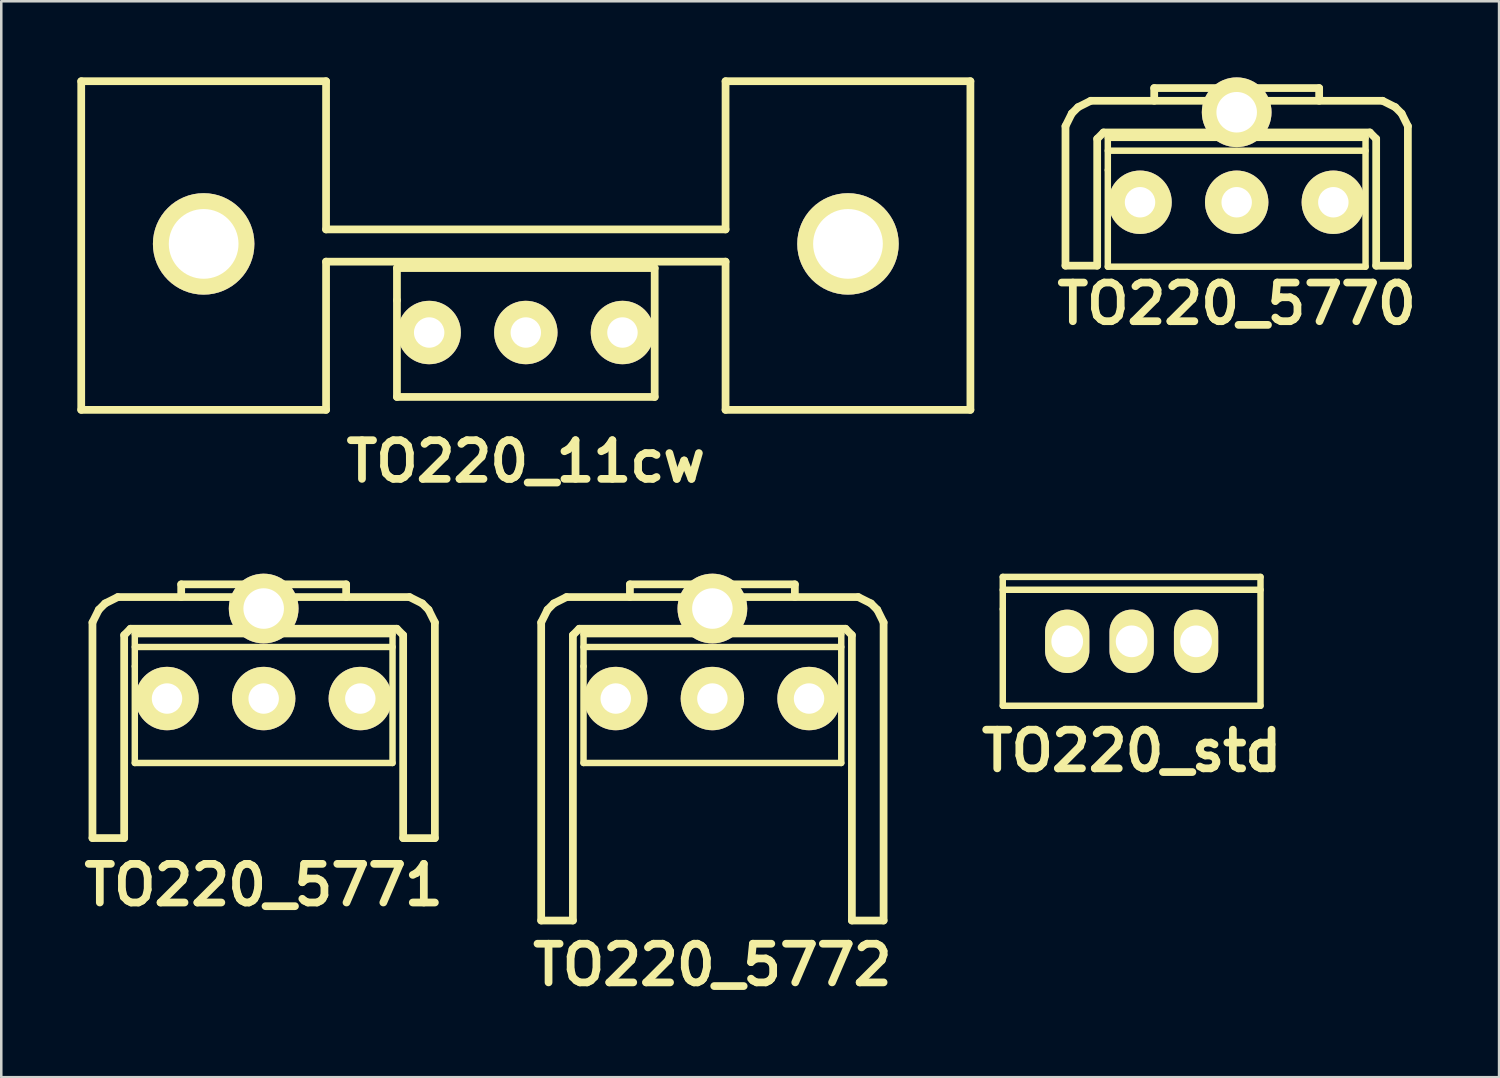
<source format=kicad_pcb>
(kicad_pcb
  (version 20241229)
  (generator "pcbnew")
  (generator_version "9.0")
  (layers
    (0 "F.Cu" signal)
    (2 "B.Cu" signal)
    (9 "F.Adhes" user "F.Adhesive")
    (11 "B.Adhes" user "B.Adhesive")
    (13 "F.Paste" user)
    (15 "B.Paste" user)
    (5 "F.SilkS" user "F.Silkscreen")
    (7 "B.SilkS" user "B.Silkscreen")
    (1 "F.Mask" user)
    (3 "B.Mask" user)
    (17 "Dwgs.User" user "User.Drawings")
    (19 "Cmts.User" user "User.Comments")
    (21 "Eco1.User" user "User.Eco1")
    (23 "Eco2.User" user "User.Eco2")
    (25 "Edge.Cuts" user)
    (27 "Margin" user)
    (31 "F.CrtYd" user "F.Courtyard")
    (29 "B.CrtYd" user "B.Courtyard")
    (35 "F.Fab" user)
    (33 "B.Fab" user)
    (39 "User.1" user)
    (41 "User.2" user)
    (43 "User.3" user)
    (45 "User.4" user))
  (footprint "TO220_5771"
    (layer "F.Cu")
    (at 7.344 24.487)
    (property "Reference" "TO220_5771" (at 0 7.351 0) (layer "F.SilkS") (effects (font (size 1.524 1.524) (thickness 0.305))))
    (attr through_hole)
    (fp_line (start -6.749 -3) (end -6.5 -3.5) (stroke (width 0.305) (type solid)) (layer "F.SilkS"))
    (fp_line (start -6.749 5.499) (end -6.749 -3) (stroke (width 0.305) (type solid)) (layer "F.SilkS"))
    (fp_line (start -6.5 -3.5) (end -6.251 -3.749) (stroke (width 0.305) (type solid)) (layer "F.SilkS"))
    (fp_line (start -6.251 -3.749) (end -5.751 -4) (stroke (width 0.305) (type solid)) (layer "F.SilkS"))
    (fp_line (start -5.499 -2.499) (end -5.499 5.499) (stroke (width 0.305) (type solid)) (layer "F.SilkS"))
    (fp_line (start -5.499 -2.499) (end -5.25 -2.751) (stroke (width 0.305) (type solid)) (layer "F.SilkS"))
    (fp_line (start -5.499 5.499) (end -6.749 5.499) (stroke (width 0.305) (type solid)) (layer "F.SilkS"))
    (fp_line (start -5.25 -2.751) (end 5.25 -2.751) (stroke (width 0.305) (type solid)) (layer "F.SilkS"))
    (fp_line (start -5.08 -2.54) (end -5.08 -1.27) (stroke (width 0.254) (type solid)) (layer "F.SilkS"))
    (fp_line (start -5.08 -2.032) (end 5.08 -2.032) (stroke (width 0.254) (type solid)) (layer "F.SilkS"))
    (fp_line (start -5.08 -1.27) (end -5.08 2.54) (stroke (width 0.254) (type solid)) (layer "F.SilkS"))
    (fp_line (start -5.08 2.54) (end 5.08 2.54) (stroke (width 0.254) (type solid)) (layer "F.SilkS"))
    (fp_line (start -3.251 -4.501) (end 3.251 -4.501) (stroke (width 0.305) (type solid)) (layer "F.SilkS"))
    (fp_line (start -3.251 -4) (end -3.251 -4.501) (stroke (width 0.305) (type solid)) (layer "F.SilkS"))
    (fp_line (start 3.251 -4.501) (end 3.251 -4) (stroke (width 0.305) (type solid)) (layer "F.SilkS"))
    (fp_line (start 5.08 -2.54) (end -5.08 -2.54) (stroke (width 0.254) (type solid)) (layer "F.SilkS"))
    (fp_line (start 5.08 2.54) (end 5.08 -2.54) (stroke (width 0.254) (type solid)) (layer "F.SilkS"))
    (fp_line (start 5.25 -2.751) (end 5.499 -2.499) (stroke (width 0.305) (type solid)) (layer "F.SilkS"))
    (fp_line (start 5.499 5.499) (end 5.499 -2.499) (stroke (width 0.305) (type solid)) (layer "F.SilkS"))
    (fp_line (start 5.751 -4) (end -5.751 -4) (stroke (width 0.305) (type solid)) (layer "F.SilkS"))
    (fp_line (start 5.751 -4) (end 6.251 -3.749) (stroke (width 0.305) (type solid)) (layer "F.SilkS"))
    (fp_line (start 6.251 -3.749) (end 6.5 -3.5) (stroke (width 0.305) (type solid)) (layer "F.SilkS"))
    (fp_line (start 6.5 -3.5) (end 6.749 -3) (stroke (width 0.305) (type solid)) (layer "F.SilkS"))
    (fp_line (start 6.749 5.499) (end 6.749 -3) (stroke (width 0.305) (type solid)) (layer "F.SilkS"))
    (fp_line (start 6.749 5.502) (end 5.499 5.502) (stroke (width 0.305) (type solid)) (layer "F.SilkS"))
    (pad "" thru_hole circle (at 0 -3.548) (size 2.748 2.748) (drill 1.598) (layers "*.Cu" "*.Mask" "F.SilkS"))
    (pad "1" thru_hole circle (at -3.81 0) (size 2.499 2.499) (drill 1.199) (layers "*.Cu" "*.Mask" "F.SilkS"))
    (pad "2" thru_hole circle (at 0 0) (size 2.499 2.499) (drill 1.199) (layers "*.Cu" "*.Mask" "F.SilkS"))
    (pad "3" thru_hole circle (at 3.81 0) (size 2.499 2.499) (drill 1.199) (layers "*.Cu" "*.Mask" "F.SilkS")))
  (footprint "TO220_11cw"
    (layer "F.Cu")
    (at 17.678 10.058)
    (property "Reference" "TO220_11cw" (at 0 5.08 0) (layer "F.SilkS") (effects (font (size 1.524 1.524) (thickness 0.305))))
    (attr through_hole)
    (fp_line (start -17.526 -9.906) (end -17.526 3.048) (stroke (width 0.305) (type solid)) (layer "F.SilkS"))
    (fp_line (start -17.526 3.048) (end -7.874 3.048) (stroke (width 0.305) (type solid)) (layer "F.SilkS"))
    (fp_line (start -7.874 -9.906) (end -17.526 -9.906) (stroke (width 0.305) (type solid)) (layer "F.SilkS"))
    (fp_line (start -7.874 -9.906) (end -7.874 -4.064) (stroke (width 0.305) (type solid)) (layer "F.SilkS"))
    (fp_line (start -7.874 -2.794) (end -7.874 3.048) (stroke (width 0.305) (type solid)) (layer "F.SilkS"))
    (fp_line (start -7.874 -2.794) (end 7.874 -2.794) (stroke (width 0.305) (type solid)) (layer "F.SilkS"))
    (fp_line (start -5.08 -2.54) (end -5.08 -1.27) (stroke (width 0.305) (type solid)) (layer "F.SilkS"))
    (fp_line (start -5.08 -1.27) (end -5.08 2.54) (stroke (width 0.305) (type solid)) (layer "F.SilkS"))
    (fp_line (start -5.08 2.54) (end 5.08 2.54) (stroke (width 0.305) (type solid)) (layer "F.SilkS"))
    (fp_line (start 5.08 -2.54) (end -5.08 -2.54) (stroke (width 0.305) (type solid)) (layer "F.SilkS"))
    (fp_line (start 5.08 2.54) (end 5.08 -2.54) (stroke (width 0.305) (type solid)) (layer "F.SilkS"))
    (fp_line (start 7.874 -9.906) (end 7.874 -4.064) (stroke (width 0.305) (type solid)) (layer "F.SilkS"))
    (fp_line (start 7.874 -4.064) (end -7.874 -4.064) (stroke (width 0.305) (type solid)) (layer "F.SilkS"))
    (fp_line (start 7.874 3.048) (end 7.874 -2.794) (stroke (width 0.305) (type solid)) (layer "F.SilkS"))
    (fp_line (start 7.874 3.048) (end 17.526 3.048) (stroke (width 0.305) (type solid)) (layer "F.SilkS"))
    (fp_line (start 17.526 -9.906) (end 7.874 -9.906) (stroke (width 0.305) (type solid)) (layer "F.SilkS"))
    (fp_line (start 17.526 -9.906) (end 17.526 3.048) (stroke (width 0.305) (type solid)) (layer "F.SilkS"))
    (pad "" thru_hole circle (at -12.7 -3.493) (size 4 4) (drill 2.748) (layers "*.Cu" "*.Mask" "F.SilkS"))
    (pad "" thru_hole circle (at 12.7 -3.493) (size 4 4) (drill 2.748) (layers "*.Cu" "*.Mask" "F.SilkS"))
    (pad "1" thru_hole circle (at -3.81 0) (size 2.499 2.499) (drill 1.199) (layers "*.Cu" "*.Mask" "F.SilkS"))
    (pad "2" thru_hole circle (at 0 0) (size 2.499 2.499) (drill 1.199) (layers "*.Cu" "*.Mask" "F.SilkS"))
    (pad "3" thru_hole circle (at 3.81 0) (size 2.499 2.499) (drill 1.199) (layers "*.Cu" "*.Mask" "F.SilkS")))
  (footprint "TO220_5770"
    (layer "F.Cu")
    (at 45.701 4.923)
    (property "Reference" "TO220_5770" (at 0 4 0) (layer "F.SilkS") (effects (font (size 1.524 1.524) (thickness 0.305))))
    (attr through_hole)
    (fp_line (start -6.749 -3) (end -6.5 -3.5) (stroke (width 0.305) (type solid)) (layer "F.SilkS"))
    (fp_line (start -6.749 2.499) (end -6.749 -3) (stroke (width 0.305) (type solid)) (layer "F.SilkS"))
    (fp_line (start -6.5 -3.5) (end -6.251 -3.749) (stroke (width 0.305) (type solid)) (layer "F.SilkS"))
    (fp_line (start -6.251 -3.749) (end -5.751 -4) (stroke (width 0.305) (type solid)) (layer "F.SilkS"))
    (fp_line (start -5.499 -2.499) (end -5.25 -2.751) (stroke (width 0.305) (type solid)) (layer "F.SilkS"))
    (fp_line (start -5.499 2.499) (end -6.749 2.499) (stroke (width 0.305) (type solid)) (layer "F.SilkS"))
    (fp_line (start -5.499 2.499) (end -5.499 -2.499) (stroke (width 0.305) (type solid)) (layer "F.SilkS"))
    (fp_line (start -5.25 -2.751) (end 5.25 -2.751) (stroke (width 0.305) (type solid)) (layer "F.SilkS"))
    (fp_line (start -5.08 -2.54) (end -5.08 -1.27) (stroke (width 0.254) (type solid)) (layer "F.SilkS"))
    (fp_line (start -5.08 -2.032) (end 5.08 -2.032) (stroke (width 0.254) (type solid)) (layer "F.SilkS"))
    (fp_line (start -5.08 -1.27) (end -5.08 2.54) (stroke (width 0.254) (type solid)) (layer "F.SilkS"))
    (fp_line (start -5.08 2.54) (end 5.08 2.54) (stroke (width 0.254) (type solid)) (layer "F.SilkS"))
    (fp_line (start -3.251 -4.501) (end 3.251 -4.501) (stroke (width 0.305) (type solid)) (layer "F.SilkS"))
    (fp_line (start -3.251 -4) (end -3.251 -4.501) (stroke (width 0.305) (type solid)) (layer "F.SilkS"))
    (fp_line (start 3.251 -4.501) (end 3.251 -4) (stroke (width 0.305) (type solid)) (layer "F.SilkS"))
    (fp_line (start 5.08 -2.54) (end -5.08 -2.54) (stroke (width 0.254) (type solid)) (layer "F.SilkS"))
    (fp_line (start 5.08 2.54) (end 5.08 -2.54) (stroke (width 0.254) (type solid)) (layer "F.SilkS"))
    (fp_line (start 5.25 -2.751) (end 5.499 -2.499) (stroke (width 0.305) (type solid)) (layer "F.SilkS"))
    (fp_line (start 5.499 2.499) (end 5.499 -2.499) (stroke (width 0.305) (type solid)) (layer "F.SilkS"))
    (fp_line (start 5.751 -4) (end -5.751 -4) (stroke (width 0.305) (type solid)) (layer "F.SilkS"))
    (fp_line (start 5.751 -4) (end 6.251 -3.749) (stroke (width 0.305) (type solid)) (layer "F.SilkS"))
    (fp_line (start 6.251 -3.749) (end 6.5 -3.5) (stroke (width 0.305) (type solid)) (layer "F.SilkS"))
    (fp_line (start 6.5 -3.5) (end 6.749 -3) (stroke (width 0.305) (type solid)) (layer "F.SilkS"))
    (fp_line (start 6.749 2.499) (end 6.749 -3) (stroke (width 0.305) (type solid)) (layer "F.SilkS"))
    (fp_line (start 6.749 2.502) (end 5.499 2.502) (stroke (width 0.305) (type solid)) (layer "F.SilkS"))
    (pad "" thru_hole circle (at 0 -3.548) (size 2.748 2.748) (drill 1.598) (layers "*.Cu" "*.Mask" "F.SilkS"))
    (pad "1" thru_hole circle (at -3.81 0) (size 2.499 2.499) (drill 1.199) (layers "*.Cu" "*.Mask" "F.SilkS"))
    (pad "2" thru_hole circle (at 0 0) (size 2.499 2.499) (drill 1.199) (layers "*.Cu" "*.Mask" "F.SilkS"))
    (pad "3" thru_hole circle (at 3.81 0) (size 2.499 2.499) (drill 1.199) (layers "*.Cu" "*.Mask" "F.SilkS")))
  (footprint "TO220_5772"
    (layer "F.Cu")
    (at 25.033 24.487)
    (property "Reference" "TO220_5772" (at 0 10.5 0) (layer "F.SilkS") (effects (font (size 1.524 1.524) (thickness 0.305))))
    (attr through_hole)
    (fp_line (start -6.749 -3) (end -6.749 8.75) (stroke (width 0.305) (type solid)) (layer "F.SilkS"))
    (fp_line (start -6.749 -3) (end -6.5 -3.5) (stroke (width 0.305) (type solid)) (layer "F.SilkS"))
    (fp_line (start -6.5 -3.5) (end -6.251 -3.749) (stroke (width 0.305) (type solid)) (layer "F.SilkS"))
    (fp_line (start -6.251 -3.749) (end -5.751 -4) (stroke (width 0.305) (type solid)) (layer "F.SilkS"))
    (fp_line (start -5.499 -2.499) (end -5.25 -2.751) (stroke (width 0.305) (type solid)) (layer "F.SilkS"))
    (fp_line (start -5.499 8.75) (end -6.749 8.75) (stroke (width 0.305) (type solid)) (layer "F.SilkS"))
    (fp_line (start -5.499 8.75) (end -5.499 -2.499) (stroke (width 0.305) (type solid)) (layer "F.SilkS"))
    (fp_line (start -5.25 -2.751) (end 5.25 -2.751) (stroke (width 0.305) (type solid)) (layer "F.SilkS"))
    (fp_line (start -5.08 -2.54) (end -5.08 -1.27) (stroke (width 0.254) (type solid)) (layer "F.SilkS"))
    (fp_line (start -5.08 -2.032) (end 5.08 -2.032) (stroke (width 0.254) (type solid)) (layer "F.SilkS"))
    (fp_line (start -5.08 -1.27) (end -5.08 2.54) (stroke (width 0.254) (type solid)) (layer "F.SilkS"))
    (fp_line (start -5.08 2.54) (end 5.08 2.54) (stroke (width 0.254) (type solid)) (layer "F.SilkS"))
    (fp_line (start -3.251 -4.501) (end 3.251 -4.501) (stroke (width 0.305) (type solid)) (layer "F.SilkS"))
    (fp_line (start -3.251 -4) (end -3.251 -4.501) (stroke (width 0.305) (type solid)) (layer "F.SilkS"))
    (fp_line (start 3.251 -4.501) (end 3.251 -4) (stroke (width 0.305) (type solid)) (layer "F.SilkS"))
    (fp_line (start 5.08 -2.54) (end -5.08 -2.54) (stroke (width 0.254) (type solid)) (layer "F.SilkS"))
    (fp_line (start 5.08 2.54) (end 5.08 -2.54) (stroke (width 0.254) (type solid)) (layer "F.SilkS"))
    (fp_line (start 5.25 -2.751) (end 5.499 -2.499) (stroke (width 0.305) (type solid)) (layer "F.SilkS"))
    (fp_line (start 5.499 -2.499) (end 5.499 8.75) (stroke (width 0.305) (type solid)) (layer "F.SilkS"))
    (fp_line (start 5.751 -4) (end -5.751 -4) (stroke (width 0.305) (type solid)) (layer "F.SilkS"))
    (fp_line (start 5.751 -4) (end 6.251 -3.749) (stroke (width 0.305) (type solid)) (layer "F.SilkS"))
    (fp_line (start 6.251 -3.749) (end 6.5 -3.5) (stroke (width 0.305) (type solid)) (layer "F.SilkS"))
    (fp_line (start 6.5 -3.5) (end 6.749 -3) (stroke (width 0.305) (type solid)) (layer "F.SilkS"))
    (fp_line (start 6.749 -3) (end 6.749 8.75) (stroke (width 0.305) (type solid)) (layer "F.SilkS"))
    (fp_line (start 6.749 8.75) (end 5.499 8.75) (stroke (width 0.305) (type solid)) (layer "F.SilkS"))
    (pad "" thru_hole circle (at 0 -3.548) (size 2.748 2.748) (drill 1.598) (layers "*.Cu" "*.Mask" "F.SilkS"))
    (pad "1" thru_hole circle (at -3.81 0) (size 2.499 2.499) (drill 1.199) (layers "*.Cu" "*.Mask" "F.SilkS"))
    (pad "2" thru_hole circle (at 0 0) (size 2.499 2.499) (drill 1.199) (layers "*.Cu" "*.Mask" "F.SilkS"))
    (pad "3" thru_hole circle (at 3.81 0) (size 2.499 2.499) (drill 1.199) (layers "*.Cu" "*.Mask" "F.SilkS")))
  (footprint "TO220_std"
    (layer "F.Cu")
    (at 41.56 22.232)
    (property "Reference" "TO220_std" (at 0 4.318 0) (layer "F.SilkS") (effects (font (size 1.524 1.524) (thickness 0.305))))
    (attr through_hole)
    (fp_line (start -5.08 -2.54) (end -5.08 -1.27) (stroke (width 0.254) (type solid)) (layer "F.SilkS"))
    (fp_line (start -5.08 -2.032) (end 5.08 -2.032) (stroke (width 0.254) (type solid)) (layer "F.SilkS"))
    (fp_line (start -5.08 -1.27) (end -5.08 2.54) (stroke (width 0.254) (type solid)) (layer "F.SilkS"))
    (fp_line (start -5.08 2.54) (end 5.08 2.54) (stroke (width 0.254) (type solid)) (layer "F.SilkS"))
    (fp_line (start 5.08 -2.54) (end -5.08 -2.54) (stroke (width 0.254) (type solid)) (layer "F.SilkS"))
    (fp_line (start 5.08 2.54) (end 5.08 -2.54) (stroke (width 0.254) (type solid)) (layer "F.SilkS"))
    (pad "1" thru_hole oval (at -2.54 0) (size 1.745 2.499) (drill 1.25) (layers "*.Cu" "*.Mask" "F.SilkS"))
    (pad "2" thru_hole oval (at 0 0) (size 1.745 2.499) (drill 1.25) (layers "*.Cu" "*.Mask" "F.SilkS"))
    (pad "3" thru_hole oval (at 2.54 0) (size 1.745 2.499) (drill 1.25) (layers "*.Cu" "*.Mask" "F.SilkS")))
  (gr_rect
    (start -3 -3)
    (end 56.045 39.414)
    (stroke (width 0.1) (type default))
    (fill no)
    (layer "Edge.Cuts")))
</source>
